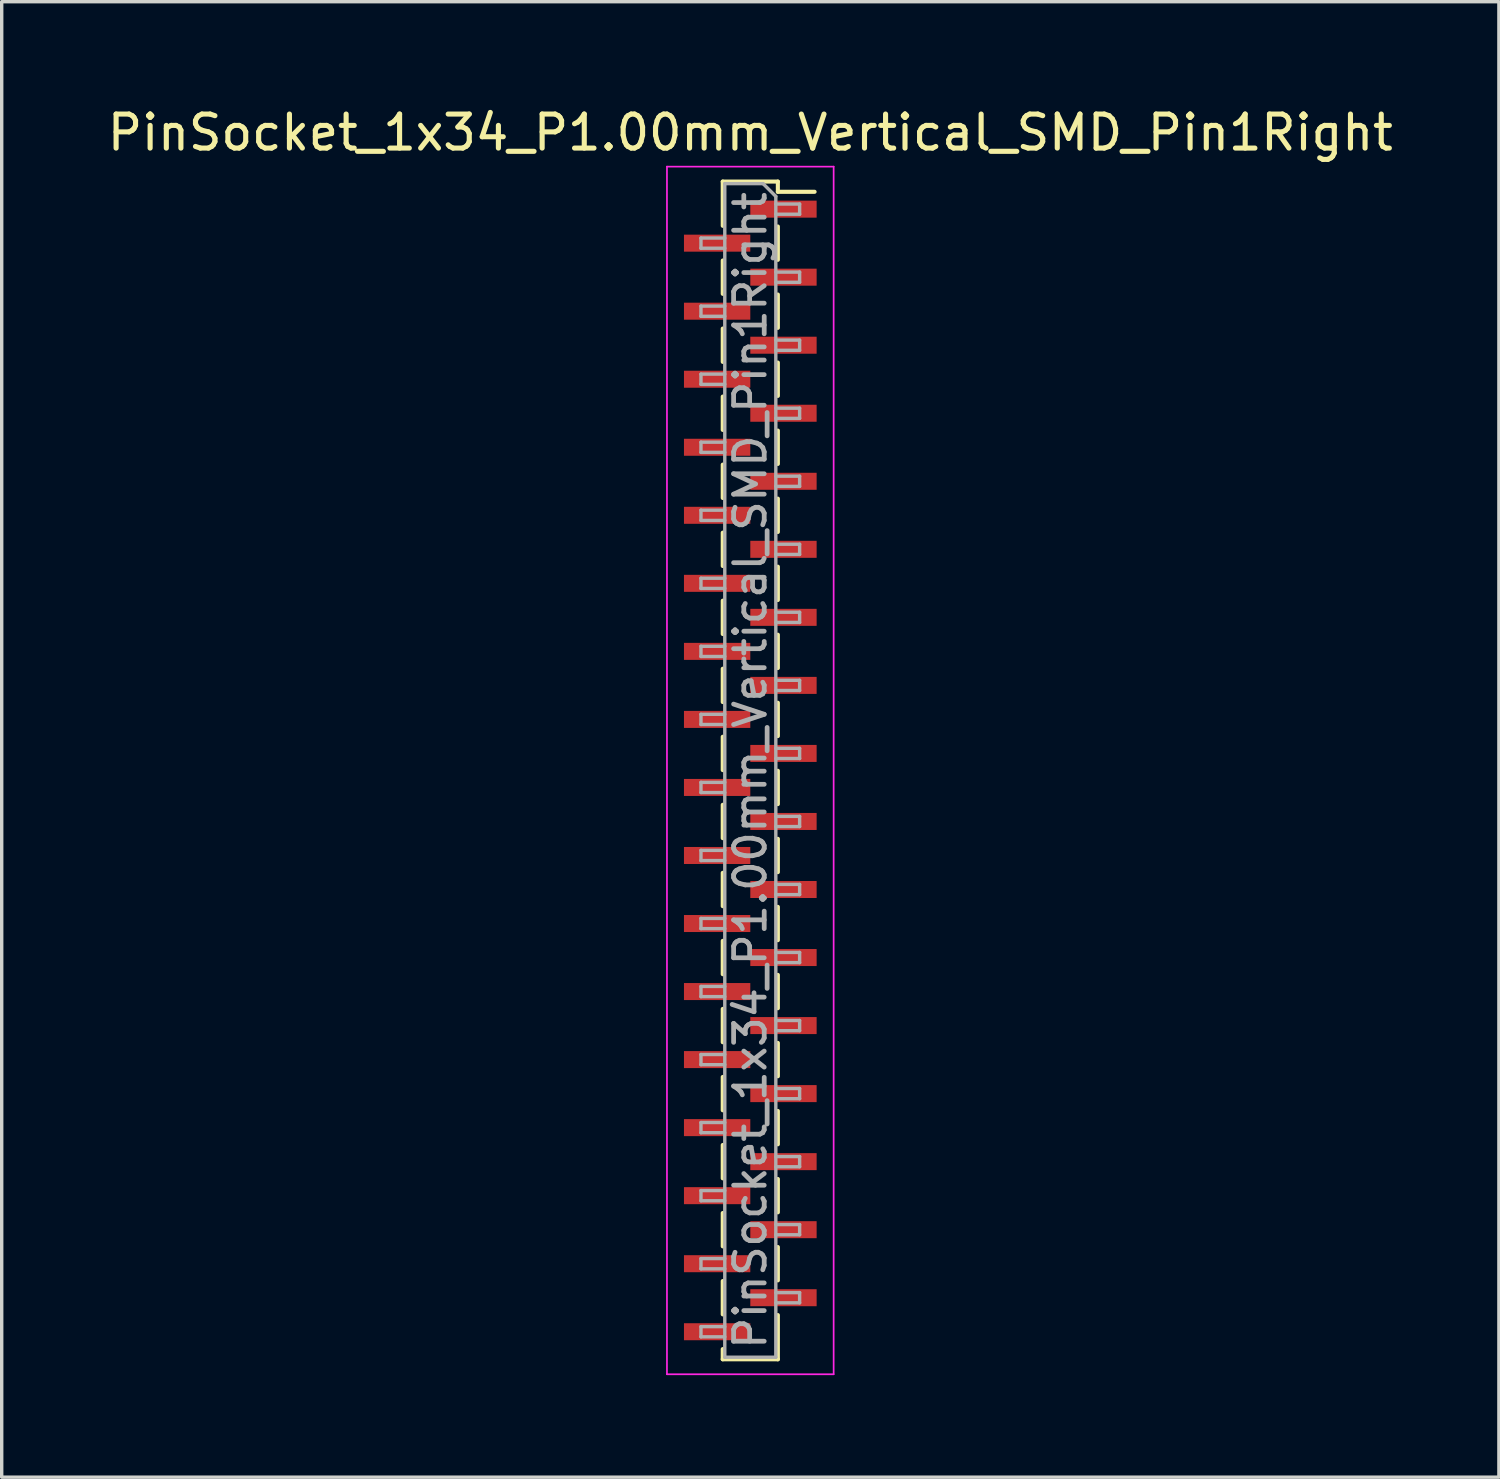
<source format=kicad_pcb>
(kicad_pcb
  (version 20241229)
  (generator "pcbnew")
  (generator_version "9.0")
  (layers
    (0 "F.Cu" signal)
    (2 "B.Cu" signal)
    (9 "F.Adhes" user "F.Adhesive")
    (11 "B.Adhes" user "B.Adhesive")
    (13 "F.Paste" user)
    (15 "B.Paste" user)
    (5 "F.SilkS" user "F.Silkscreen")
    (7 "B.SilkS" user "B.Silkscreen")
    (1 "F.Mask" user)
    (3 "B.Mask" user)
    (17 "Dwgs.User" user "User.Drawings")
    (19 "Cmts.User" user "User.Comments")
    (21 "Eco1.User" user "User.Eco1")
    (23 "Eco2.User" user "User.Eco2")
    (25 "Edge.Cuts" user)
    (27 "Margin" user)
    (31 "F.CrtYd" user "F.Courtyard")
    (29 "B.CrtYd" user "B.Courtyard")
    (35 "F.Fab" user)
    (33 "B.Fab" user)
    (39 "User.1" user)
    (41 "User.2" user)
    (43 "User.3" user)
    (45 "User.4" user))
  (footprint "PinSocket_1x34_P1.00mm_Vertical_SMD_Pin1Right"
    (layer "F.Cu")
    (at 19.006 19.598)
    (property "Reference" "PinSocket_1x34_P1.00mm_Vertical_SMD_Pin1Right" (at 0 -18.75 0) (layer "F.SilkS") (effects (font (size 1 1) (thickness 0.15))))
    (attr smd)
    (fp_line (start -0.81 -17.31) (end -0.81 -16.01) (stroke (width 0.12) (type solid)) (layer "F.SilkS"))
    (fp_line (start -0.81 -17.31) (end 0.81 -17.31) (stroke (width 0.12) (type solid)) (layer "F.SilkS"))
    (fp_line (start -0.81 -14.99) (end -0.81 -14.01) (stroke (width 0.12) (type solid)) (layer "F.SilkS"))
    (fp_line (start -0.81 -12.99) (end -0.81 -12.01) (stroke (width 0.12) (type solid)) (layer "F.SilkS"))
    (fp_line (start -0.81 -10.99) (end -0.81 -10.01) (stroke (width 0.12) (type solid)) (layer "F.SilkS"))
    (fp_line (start -0.81 -8.99) (end -0.81 -8.01) (stroke (width 0.12) (type solid)) (layer "F.SilkS"))
    (fp_line (start -0.81 -6.99) (end -0.81 -6.01) (stroke (width 0.12) (type solid)) (layer "F.SilkS"))
    (fp_line (start -0.81 -4.99) (end -0.81 -4.01) (stroke (width 0.12) (type solid)) (layer "F.SilkS"))
    (fp_line (start -0.81 -2.99) (end -0.81 -2.01) (stroke (width 0.12) (type solid)) (layer "F.SilkS"))
    (fp_line (start -0.81 -0.99) (end -0.81 -0.01) (stroke (width 0.12) (type solid)) (layer "F.SilkS"))
    (fp_line (start -0.81 1.01) (end -0.81 1.99) (stroke (width 0.12) (type solid)) (layer "F.SilkS"))
    (fp_line (start -0.81 3.01) (end -0.81 3.99) (stroke (width 0.12) (type solid)) (layer "F.SilkS"))
    (fp_line (start -0.81 5.01) (end -0.81 5.99) (stroke (width 0.12) (type solid)) (layer "F.SilkS"))
    (fp_line (start -0.81 7.01) (end -0.81 7.99) (stroke (width 0.12) (type solid)) (layer "F.SilkS"))
    (fp_line (start -0.81 9.01) (end -0.81 9.99) (stroke (width 0.12) (type solid)) (layer "F.SilkS"))
    (fp_line (start -0.81 11.01) (end -0.81 11.99) (stroke (width 0.12) (type solid)) (layer "F.SilkS"))
    (fp_line (start -0.81 13.01) (end -0.81 13.99) (stroke (width 0.12) (type solid)) (layer "F.SilkS"))
    (fp_line (start -0.81 15.01) (end -0.81 15.99) (stroke (width 0.12) (type solid)) (layer "F.SilkS"))
    (fp_line (start -0.81 17.01) (end -0.81 17.31) (stroke (width 0.12) (type solid)) (layer "F.SilkS"))
    (fp_line (start -0.81 17.31) (end 0.81 17.31) (stroke (width 0.12) (type solid)) (layer "F.SilkS"))
    (fp_line (start 0.81 -17.31) (end 0.81 -17.01) (stroke (width 0.12) (type solid)) (layer "F.SilkS"))
    (fp_line (start 0.81 -17.01) (end 1.89 -17.01) (stroke (width 0.12) (type solid)) (layer "F.SilkS"))
    (fp_line (start 0.81 -15.99) (end 0.81 -15.01) (stroke (width 0.12) (type solid)) (layer "F.SilkS"))
    (fp_line (start 0.81 -13.99) (end 0.81 -13.01) (stroke (width 0.12) (type solid)) (layer "F.SilkS"))
    (fp_line (start 0.81 -11.99) (end 0.81 -11.01) (stroke (width 0.12) (type solid)) (layer "F.SilkS"))
    (fp_line (start 0.81 -9.99) (end 0.81 -9.01) (stroke (width 0.12) (type solid)) (layer "F.SilkS"))
    (fp_line (start 0.81 -7.99) (end 0.81 -7.01) (stroke (width 0.12) (type solid)) (layer "F.SilkS"))
    (fp_line (start 0.81 -5.99) (end 0.81 -5.01) (stroke (width 0.12) (type solid)) (layer "F.SilkS"))
    (fp_line (start 0.81 -3.99) (end 0.81 -3.01) (stroke (width 0.12) (type solid)) (layer "F.SilkS"))
    (fp_line (start 0.81 -1.99) (end 0.81 -1.01) (stroke (width 0.12) (type solid)) (layer "F.SilkS"))
    (fp_line (start 0.81 0.01) (end 0.81 0.99) (stroke (width 0.12) (type solid)) (layer "F.SilkS"))
    (fp_line (start 0.81 2.01) (end 0.81 2.99) (stroke (width 0.12) (type solid)) (layer "F.SilkS"))
    (fp_line (start 0.81 4.01) (end 0.81 4.99) (stroke (width 0.12) (type solid)) (layer "F.SilkS"))
    (fp_line (start 0.81 6.01) (end 0.81 6.99) (stroke (width 0.12) (type solid)) (layer "F.SilkS"))
    (fp_line (start 0.81 8.01) (end 0.81 8.99) (stroke (width 0.12) (type solid)) (layer "F.SilkS"))
    (fp_line (start 0.81 10.01) (end 0.81 10.99) (stroke (width 0.12) (type solid)) (layer "F.SilkS"))
    (fp_line (start 0.81 12.01) (end 0.81 12.99) (stroke (width 0.12) (type solid)) (layer "F.SilkS"))
    (fp_line (start 0.81 14.01) (end 0.81 14.99) (stroke (width 0.12) (type solid)) (layer "F.SilkS"))
    (fp_line (start 0.81 16.01) (end 0.81 17.31) (stroke (width 0.12) (type solid)) (layer "F.SilkS"))
    (fp_line (start -2.45 -17.75) (end 2.45 -17.75) (stroke (width 0.05) (type solid)) (layer "F.CrtYd"))
    (fp_line (start -2.45 17.75) (end -2.45 -17.75) (stroke (width 0.05) (type solid)) (layer "F.CrtYd"))
    (fp_line (start 2.45 -17.75) (end 2.45 17.75) (stroke (width 0.05) (type solid)) (layer "F.CrtYd"))
    (fp_line (start 2.45 17.75) (end -2.45 17.75) (stroke (width 0.05) (type solid)) (layer "F.CrtYd"))
    (fp_line (start -1.45 -15.65) (end -0.75 -15.65) (stroke (width 0.1) (type solid)) (layer "F.Fab"))
    (fp_line (start -1.45 -15.35) (end -1.45 -15.65) (stroke (width 0.1) (type solid)) (layer "F.Fab"))
    (fp_line (start -1.45 -13.65) (end -0.75 -13.65) (stroke (width 0.1) (type solid)) (layer "F.Fab"))
    (fp_line (start -1.45 -13.35) (end -1.45 -13.65) (stroke (width 0.1) (type solid)) (layer "F.Fab"))
    (fp_line (start -1.45 -11.65) (end -0.75 -11.65) (stroke (width 0.1) (type solid)) (layer "F.Fab"))
    (fp_line (start -1.45 -11.35) (end -1.45 -11.65) (stroke (width 0.1) (type solid)) (layer "F.Fab"))
    (fp_line (start -1.45 -9.65) (end -0.75 -9.65) (stroke (width 0.1) (type solid)) (layer "F.Fab"))
    (fp_line (start -1.45 -9.35) (end -1.45 -9.65) (stroke (width 0.1) (type solid)) (layer "F.Fab"))
    (fp_line (start -1.45 -7.65) (end -0.75 -7.65) (stroke (width 0.1) (type solid)) (layer "F.Fab"))
    (fp_line (start -1.45 -7.35) (end -1.45 -7.65) (stroke (width 0.1) (type solid)) (layer "F.Fab"))
    (fp_line (start -1.45 -5.65) (end -0.75 -5.65) (stroke (width 0.1) (type solid)) (layer "F.Fab"))
    (fp_line (start -1.45 -5.35) (end -1.45 -5.65) (stroke (width 0.1) (type solid)) (layer "F.Fab"))
    (fp_line (start -1.45 -3.65) (end -0.75 -3.65) (stroke (width 0.1) (type solid)) (layer "F.Fab"))
    (fp_line (start -1.45 -3.35) (end -1.45 -3.65) (stroke (width 0.1) (type solid)) (layer "F.Fab"))
    (fp_line (start -1.45 -1.65) (end -0.75 -1.65) (stroke (width 0.1) (type solid)) (layer "F.Fab"))
    (fp_line (start -1.45 -1.35) (end -1.45 -1.65) (stroke (width 0.1) (type solid)) (layer "F.Fab"))
    (fp_line (start -1.45 0.35) (end -0.75 0.35) (stroke (width 0.1) (type solid)) (layer "F.Fab"))
    (fp_line (start -1.45 0.65) (end -1.45 0.35) (stroke (width 0.1) (type solid)) (layer "F.Fab"))
    (fp_line (start -1.45 2.35) (end -0.75 2.35) (stroke (width 0.1) (type solid)) (layer "F.Fab"))
    (fp_line (start -1.45 2.65) (end -1.45 2.35) (stroke (width 0.1) (type solid)) (layer "F.Fab"))
    (fp_line (start -1.45 4.35) (end -0.75 4.35) (stroke (width 0.1) (type solid)) (layer "F.Fab"))
    (fp_line (start -1.45 4.65) (end -1.45 4.35) (stroke (width 0.1) (type solid)) (layer "F.Fab"))
    (fp_line (start -1.45 6.35) (end -0.75 6.35) (stroke (width 0.1) (type solid)) (layer "F.Fab"))
    (fp_line (start -1.45 6.65) (end -1.45 6.35) (stroke (width 0.1) (type solid)) (layer "F.Fab"))
    (fp_line (start -1.45 8.35) (end -0.75 8.35) (stroke (width 0.1) (type solid)) (layer "F.Fab"))
    (fp_line (start -1.45 8.65) (end -1.45 8.35) (stroke (width 0.1) (type solid)) (layer "F.Fab"))
    (fp_line (start -1.45 10.35) (end -0.75 10.35) (stroke (width 0.1) (type solid)) (layer "F.Fab"))
    (fp_line (start -1.45 10.65) (end -1.45 10.35) (stroke (width 0.1) (type solid)) (layer "F.Fab"))
    (fp_line (start -1.45 12.35) (end -0.75 12.35) (stroke (width 0.1) (type solid)) (layer "F.Fab"))
    (fp_line (start -1.45 12.65) (end -1.45 12.35) (stroke (width 0.1) (type solid)) (layer "F.Fab"))
    (fp_line (start -1.45 14.35) (end -0.75 14.35) (stroke (width 0.1) (type solid)) (layer "F.Fab"))
    (fp_line (start -1.45 14.65) (end -1.45 14.35) (stroke (width 0.1) (type solid)) (layer "F.Fab"))
    (fp_line (start -1.45 16.35) (end -0.75 16.35) (stroke (width 0.1) (type solid)) (layer "F.Fab"))
    (fp_line (start -1.45 16.65) (end -1.45 16.35) (stroke (width 0.1) (type solid)) (layer "F.Fab"))
    (fp_line (start -0.75 -17.25) (end 0.375 -17.25) (stroke (width 0.1) (type solid)) (layer "F.Fab"))
    (fp_line (start -0.75 -15.35) (end -1.45 -15.35) (stroke (width 0.1) (type solid)) (layer "F.Fab"))
    (fp_line (start -0.75 -13.35) (end -1.45 -13.35) (stroke (width 0.1) (type solid)) (layer "F.Fab"))
    (fp_line (start -0.75 -11.35) (end -1.45 -11.35) (stroke (width 0.1) (type solid)) (layer "F.Fab"))
    (fp_line (start -0.75 -9.35) (end -1.45 -9.35) (stroke (width 0.1) (type solid)) (layer "F.Fab"))
    (fp_line (start -0.75 -7.35) (end -1.45 -7.35) (stroke (width 0.1) (type solid)) (layer "F.Fab"))
    (fp_line (start -0.75 -5.35) (end -1.45 -5.35) (stroke (width 0.1) (type solid)) (layer "F.Fab"))
    (fp_line (start -0.75 -3.35) (end -1.45 -3.35) (stroke (width 0.1) (type solid)) (layer "F.Fab"))
    (fp_line (start -0.75 -1.35) (end -1.45 -1.35) (stroke (width 0.1) (type solid)) (layer "F.Fab"))
    (fp_line (start -0.75 0.65) (end -1.45 0.65) (stroke (width 0.1) (type solid)) (layer "F.Fab"))
    (fp_line (start -0.75 2.65) (end -1.45 2.65) (stroke (width 0.1) (type solid)) (layer "F.Fab"))
    (fp_line (start -0.75 4.65) (end -1.45 4.65) (stroke (width 0.1) (type solid)) (layer "F.Fab"))
    (fp_line (start -0.75 6.65) (end -1.45 6.65) (stroke (width 0.1) (type solid)) (layer "F.Fab"))
    (fp_line (start -0.75 8.65) (end -1.45 8.65) (stroke (width 0.1) (type solid)) (layer "F.Fab"))
    (fp_line (start -0.75 10.65) (end -1.45 10.65) (stroke (width 0.1) (type solid)) (layer "F.Fab"))
    (fp_line (start -0.75 12.65) (end -1.45 12.65) (stroke (width 0.1) (type solid)) (layer "F.Fab"))
    (fp_line (start -0.75 14.65) (end -1.45 14.65) (stroke (width 0.1) (type solid)) (layer "F.Fab"))
    (fp_line (start -0.75 16.65) (end -1.45 16.65) (stroke (width 0.1) (type solid)) (layer "F.Fab"))
    (fp_line (start -0.75 17.25) (end -0.75 -17.25) (stroke (width 0.1) (type solid)) (layer "F.Fab"))
    (fp_line (start 0.375 -17.25) (end 0.75 -16.875) (stroke (width 0.1) (type solid)) (layer "F.Fab"))
    (fp_line (start 0.75 -16.875) (end 0.75 17.25) (stroke (width 0.1) (type solid)) (layer "F.Fab"))
    (fp_line (start 0.75 -16.65) (end 1.45 -16.65) (stroke (width 0.1) (type solid)) (layer "F.Fab"))
    (fp_line (start 0.75 -14.65) (end 1.45 -14.65) (stroke (width 0.1) (type solid)) (layer "F.Fab"))
    (fp_line (start 0.75 -12.65) (end 1.45 -12.65) (stroke (width 0.1) (type solid)) (layer "F.Fab"))
    (fp_line (start 0.75 -10.65) (end 1.45 -10.65) (stroke (width 0.1) (type solid)) (layer "F.Fab"))
    (fp_line (start 0.75 -8.65) (end 1.45 -8.65) (stroke (width 0.1) (type solid)) (layer "F.Fab"))
    (fp_line (start 0.75 -6.65) (end 1.45 -6.65) (stroke (width 0.1) (type solid)) (layer "F.Fab"))
    (fp_line (start 0.75 -4.65) (end 1.45 -4.65) (stroke (width 0.1) (type solid)) (layer "F.Fab"))
    (fp_line (start 0.75 -2.65) (end 1.45 -2.65) (stroke (width 0.1) (type solid)) (layer "F.Fab"))
    (fp_line (start 0.75 -0.65) (end 1.45 -0.65) (stroke (width 0.1) (type solid)) (layer "F.Fab"))
    (fp_line (start 0.75 1.35) (end 1.45 1.35) (stroke (width 0.1) (type solid)) (layer "F.Fab"))
    (fp_line (start 0.75 3.35) (end 1.45 3.35) (stroke (width 0.1) (type solid)) (layer "F.Fab"))
    (fp_line (start 0.75 5.35) (end 1.45 5.35) (stroke (width 0.1) (type solid)) (layer "F.Fab"))
    (fp_line (start 0.75 7.35) (end 1.45 7.35) (stroke (width 0.1) (type solid)) (layer "F.Fab"))
    (fp_line (start 0.75 9.35) (end 1.45 9.35) (stroke (width 0.1) (type solid)) (layer "F.Fab"))
    (fp_line (start 0.75 11.35) (end 1.45 11.35) (stroke (width 0.1) (type solid)) (layer "F.Fab"))
    (fp_line (start 0.75 13.35) (end 1.45 13.35) (stroke (width 0.1) (type solid)) (layer "F.Fab"))
    (fp_line (start 0.75 15.35) (end 1.45 15.35) (stroke (width 0.1) (type solid)) (layer "F.Fab"))
    (fp_line (start 0.75 17.25) (end -0.75 17.25) (stroke (width 0.1) (type solid)) (layer "F.Fab"))
    (fp_line (start 1.45 -16.65) (end 1.45 -16.35) (stroke (width 0.1) (type solid)) (layer "F.Fab"))
    (fp_line (start 1.45 -16.35) (end 0.75 -16.35) (stroke (width 0.1) (type solid)) (layer "F.Fab"))
    (fp_line (start 1.45 -14.65) (end 1.45 -14.35) (stroke (width 0.1) (type solid)) (layer "F.Fab"))
    (fp_line (start 1.45 -14.35) (end 0.75 -14.35) (stroke (width 0.1) (type solid)) (layer "F.Fab"))
    (fp_line (start 1.45 -12.65) (end 1.45 -12.35) (stroke (width 0.1) (type solid)) (layer "F.Fab"))
    (fp_line (start 1.45 -12.35) (end 0.75 -12.35) (stroke (width 0.1) (type solid)) (layer "F.Fab"))
    (fp_line (start 1.45 -10.65) (end 1.45 -10.35) (stroke (width 0.1) (type solid)) (layer "F.Fab"))
    (fp_line (start 1.45 -10.35) (end 0.75 -10.35) (stroke (width 0.1) (type solid)) (layer "F.Fab"))
    (fp_line (start 1.45 -8.65) (end 1.45 -8.35) (stroke (width 0.1) (type solid)) (layer "F.Fab"))
    (fp_line (start 1.45 -8.35) (end 0.75 -8.35) (stroke (width 0.1) (type solid)) (layer "F.Fab"))
    (fp_line (start 1.45 -6.65) (end 1.45 -6.35) (stroke (width 0.1) (type solid)) (layer "F.Fab"))
    (fp_line (start 1.45 -6.35) (end 0.75 -6.35) (stroke (width 0.1) (type solid)) (layer "F.Fab"))
    (fp_line (start 1.45 -4.65) (end 1.45 -4.35) (stroke (width 0.1) (type solid)) (layer "F.Fab"))
    (fp_line (start 1.45 -4.35) (end 0.75 -4.35) (stroke (width 0.1) (type solid)) (layer "F.Fab"))
    (fp_line (start 1.45 -2.65) (end 1.45 -2.35) (stroke (width 0.1) (type solid)) (layer "F.Fab"))
    (fp_line (start 1.45 -2.35) (end 0.75 -2.35) (stroke (width 0.1) (type solid)) (layer "F.Fab"))
    (fp_line (start 1.45 -0.65) (end 1.45 -0.35) (stroke (width 0.1) (type solid)) (layer "F.Fab"))
    (fp_line (start 1.45 -0.35) (end 0.75 -0.35) (stroke (width 0.1) (type solid)) (layer "F.Fab"))
    (fp_line (start 1.45 1.35) (end 1.45 1.65) (stroke (width 0.1) (type solid)) (layer "F.Fab"))
    (fp_line (start 1.45 1.65) (end 0.75 1.65) (stroke (width 0.1) (type solid)) (layer "F.Fab"))
    (fp_line (start 1.45 3.35) (end 1.45 3.65) (stroke (width 0.1) (type solid)) (layer "F.Fab"))
    (fp_line (start 1.45 3.65) (end 0.75 3.65) (stroke (width 0.1) (type solid)) (layer "F.Fab"))
    (fp_line (start 1.45 5.35) (end 1.45 5.65) (stroke (width 0.1) (type solid)) (layer "F.Fab"))
    (fp_line (start 1.45 5.65) (end 0.75 5.65) (stroke (width 0.1) (type solid)) (layer "F.Fab"))
    (fp_line (start 1.45 7.35) (end 1.45 7.65) (stroke (width 0.1) (type solid)) (layer "F.Fab"))
    (fp_line (start 1.45 7.65) (end 0.75 7.65) (stroke (width 0.1) (type solid)) (layer "F.Fab"))
    (fp_line (start 1.45 9.35) (end 1.45 9.65) (stroke (width 0.1) (type solid)) (layer "F.Fab"))
    (fp_line (start 1.45 9.65) (end 0.75 9.65) (stroke (width 0.1) (type solid)) (layer "F.Fab"))
    (fp_line (start 1.45 11.35) (end 1.45 11.65) (stroke (width 0.1) (type solid)) (layer "F.Fab"))
    (fp_line (start 1.45 11.65) (end 0.75 11.65) (stroke (width 0.1) (type solid)) (layer "F.Fab"))
    (fp_line (start 1.45 13.35) (end 1.45 13.65) (stroke (width 0.1) (type solid)) (layer "F.Fab"))
    (fp_line (start 1.45 13.65) (end 0.75 13.65) (stroke (width 0.1) (type solid)) (layer "F.Fab"))
    (fp_line (start 1.45 15.35) (end 1.45 15.65) (stroke (width 0.1) (type solid)) (layer "F.Fab"))
    (fp_line (start 1.45 15.65) (end 0.75 15.65) (stroke (width 0.1) (type solid)) (layer "F.Fab"))
    (fp_text user "${REFERENCE}" (at 0 0 90) (layer "F.Fab") (effects (font (size 0.9 0.9) (thickness 0.14))))
    (pad "1" smd rect (at 0.975 -16.5) (size 1.95 0.5) (layers "F.Cu" "F.Mask" "F.Paste"))
    (pad "2" smd rect (at -0.975 -15.5) (size 1.95 0.5) (layers "F.Cu" "F.Mask" "F.Paste"))
    (pad "3" smd rect (at 0.975 -14.5) (size 1.95 0.5) (layers "F.Cu" "F.Mask" "F.Paste"))
    (pad "4" smd rect (at -0.975 -13.5) (size 1.95 0.5) (layers "F.Cu" "F.Mask" "F.Paste"))
    (pad "5" smd rect (at 0.975 -12.5) (size 1.95 0.5) (layers "F.Cu" "F.Mask" "F.Paste"))
    (pad "6" smd rect (at -0.975 -11.5) (size 1.95 0.5) (layers "F.Cu" "F.Mask" "F.Paste"))
    (pad "7" smd rect (at 0.975 -10.5) (size 1.95 0.5) (layers "F.Cu" "F.Mask" "F.Paste"))
    (pad "8" smd rect (at -0.975 -9.5) (size 1.95 0.5) (layers "F.Cu" "F.Mask" "F.Paste"))
    (pad "9" smd rect (at 0.975 -8.5) (size 1.95 0.5) (layers "F.Cu" "F.Mask" "F.Paste"))
    (pad "10" smd rect (at -0.975 -7.5) (size 1.95 0.5) (layers "F.Cu" "F.Mask" "F.Paste"))
    (pad "11" smd rect (at 0.975 -6.5) (size 1.95 0.5) (layers "F.Cu" "F.Mask" "F.Paste"))
    (pad "12" smd rect (at -0.975 -5.5) (size 1.95 0.5) (layers "F.Cu" "F.Mask" "F.Paste"))
    (pad "13" smd rect (at 0.975 -4.5) (size 1.95 0.5) (layers "F.Cu" "F.Mask" "F.Paste"))
    (pad "14" smd rect (at -0.975 -3.5) (size 1.95 0.5) (layers "F.Cu" "F.Mask" "F.Paste"))
    (pad "15" smd rect (at 0.975 -2.5) (size 1.95 0.5) (layers "F.Cu" "F.Mask" "F.Paste"))
    (pad "16" smd rect (at -0.975 -1.5) (size 1.95 0.5) (layers "F.Cu" "F.Mask" "F.Paste"))
    (pad "17" smd rect (at 0.975 -0.5) (size 1.95 0.5) (layers "F.Cu" "F.Mask" "F.Paste"))
    (pad "18" smd rect (at -0.975 0.5) (size 1.95 0.5) (layers "F.Cu" "F.Mask" "F.Paste"))
    (pad "19" smd rect (at 0.975 1.5) (size 1.95 0.5) (layers "F.Cu" "F.Mask" "F.Paste"))
    (pad "20" smd rect (at -0.975 2.5) (size 1.95 0.5) (layers "F.Cu" "F.Mask" "F.Paste"))
    (pad "21" smd rect (at 0.975 3.5) (size 1.95 0.5) (layers "F.Cu" "F.Mask" "F.Paste"))
    (pad "22" smd rect (at -0.975 4.5) (size 1.95 0.5) (layers "F.Cu" "F.Mask" "F.Paste"))
    (pad "23" smd rect (at 0.975 5.5) (size 1.95 0.5) (layers "F.Cu" "F.Mask" "F.Paste"))
    (pad "24" smd rect (at -0.975 6.5) (size 1.95 0.5) (layers "F.Cu" "F.Mask" "F.Paste"))
    (pad "25" smd rect (at 0.975 7.5) (size 1.95 0.5) (layers "F.Cu" "F.Mask" "F.Paste"))
    (pad "26" smd rect (at -0.975 8.5) (size 1.95 0.5) (layers "F.Cu" "F.Mask" "F.Paste"))
    (pad "27" smd rect (at 0.975 9.5) (size 1.95 0.5) (layers "F.Cu" "F.Mask" "F.Paste"))
    (pad "28" smd rect (at -0.975 10.5) (size 1.95 0.5) (layers "F.Cu" "F.Mask" "F.Paste"))
    (pad "29" smd rect (at 0.975 11.5) (size 1.95 0.5) (layers "F.Cu" "F.Mask" "F.Paste"))
    (pad "30" smd rect (at -0.975 12.5) (size 1.95 0.5) (layers "F.Cu" "F.Mask" "F.Paste"))
    (pad "31" smd rect (at 0.975 13.5) (size 1.95 0.5) (layers "F.Cu" "F.Mask" "F.Paste"))
    (pad "32" smd rect (at -0.975 14.5) (size 1.95 0.5) (layers "F.Cu" "F.Mask" "F.Paste"))
    (pad "33" smd rect (at 0.975 15.5) (size 1.95 0.5) (layers "F.Cu" "F.Mask" "F.Paste"))
    (pad "34" smd rect (at -0.975 16.5) (size 1.95 0.5) (layers "F.Cu" "F.Mask" "F.Paste")))
  (gr_rect
    (start -3 -3)
    (end 41.012 40.373)
    (stroke (width 0.1) (type default))
    (fill no)
    (layer "Edge.Cuts")))
</source>
